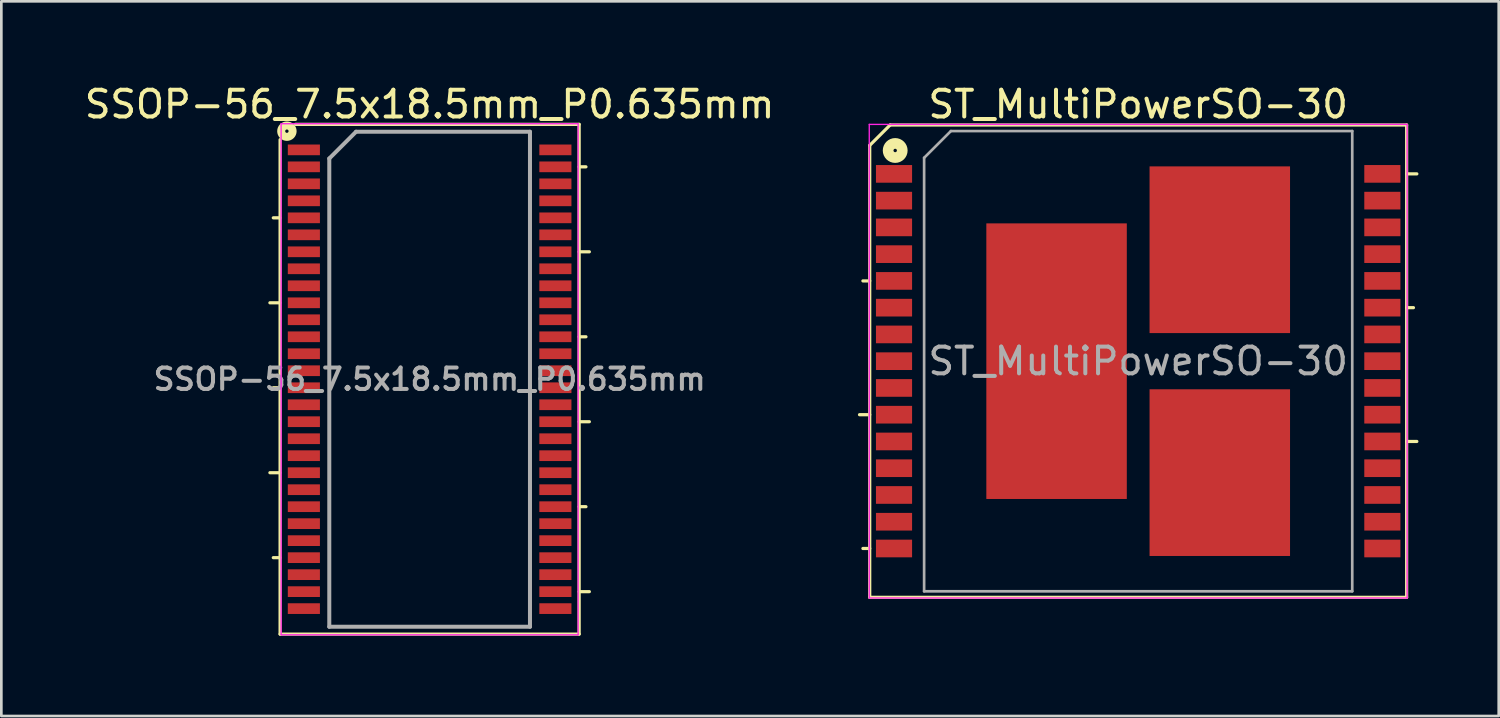
<source format=kicad_pcb>
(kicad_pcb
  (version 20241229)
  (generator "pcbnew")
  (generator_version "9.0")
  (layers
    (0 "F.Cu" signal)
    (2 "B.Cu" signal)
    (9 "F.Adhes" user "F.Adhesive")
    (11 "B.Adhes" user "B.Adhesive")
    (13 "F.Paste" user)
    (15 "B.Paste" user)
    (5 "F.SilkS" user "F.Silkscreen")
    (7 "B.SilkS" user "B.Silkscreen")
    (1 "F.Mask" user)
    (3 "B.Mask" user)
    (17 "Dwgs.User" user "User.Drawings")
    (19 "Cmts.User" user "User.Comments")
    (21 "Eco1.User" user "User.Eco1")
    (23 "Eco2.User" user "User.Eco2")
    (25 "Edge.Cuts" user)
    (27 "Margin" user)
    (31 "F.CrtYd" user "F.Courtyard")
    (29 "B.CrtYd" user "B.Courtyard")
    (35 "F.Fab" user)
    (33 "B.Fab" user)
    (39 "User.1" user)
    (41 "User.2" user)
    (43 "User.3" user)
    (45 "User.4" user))
  (footprint "SSOP-56_7.5x18.5mm_P0.635mm"
    (layer "F.Cu")
    (at 13.006 11.123)
    (property "Reference" "SSOP-56_7.5x18.5mm_P0.635mm" (at 0 -10.275 0) (layer "F.SilkS") (effects (font (size 1 1) (thickness 0.15))))
    (attr smd)
    (fp_line (start -5.588 -8.954) (end -5.588 9.525) (stroke (width 0.12) (type solid)) (layer "F.SilkS"))
    (fp_line (start -5.588 -6.032) (end -5.842 -6.032) (stroke (width 0.12) (type solid)) (layer "F.SilkS"))
    (fp_line (start -5.588 -2.857) (end -5.969 -2.857) (stroke (width 0.12) (type solid)) (layer "F.SilkS"))
    (fp_line (start -5.588 0.318) (end -5.842 0.318) (stroke (width 0.12) (type solid)) (layer "F.SilkS"))
    (fp_line (start -5.588 3.493) (end -5.969 3.493) (stroke (width 0.12) (type solid)) (layer "F.SilkS"))
    (fp_line (start -5.588 6.668) (end -5.842 6.668) (stroke (width 0.12) (type solid)) (layer "F.SilkS"))
    (fp_line (start -5.588 9.525) (end 5.588 9.525) (stroke (width 0.12) (type solid)) (layer "F.SilkS"))
    (fp_line (start 5.588 -9.525) (end -5.016 -9.525) (stroke (width 0.12) (type solid)) (layer "F.SilkS"))
    (fp_line (start 5.588 -7.938) (end 5.842 -7.938) (stroke (width 0.12) (type solid)) (layer "F.SilkS"))
    (fp_line (start 5.588 -4.763) (end 5.969 -4.763) (stroke (width 0.12) (type solid)) (layer "F.SilkS"))
    (fp_line (start 5.588 -1.587) (end 5.842 -1.587) (stroke (width 0.12) (type solid)) (layer "F.SilkS"))
    (fp_line (start 5.588 1.587) (end 5.969 1.587) (stroke (width 0.12) (type solid)) (layer "F.SilkS"))
    (fp_line (start 5.588 4.763) (end 5.842 4.763) (stroke (width 0.12) (type solid)) (layer "F.SilkS"))
    (fp_line (start 5.588 7.938) (end 5.969 7.938) (stroke (width 0.12) (type solid)) (layer "F.SilkS"))
    (fp_line (start 5.588 9.525) (end 5.588 -9.525) (stroke (width 0.12) (type solid)) (layer "F.SilkS"))
    (fp_circle (center -5.334 -9.271) (end -5.271 -9.271) (stroke (width 0.3) (type solid)) (fill no) (layer "F.SilkS"))
    (fp_line (start -5.55 -9.55) (end -5.55 9.55) (stroke (width 0.05) (type solid)) (layer "F.CrtYd"))
    (fp_line (start -5.55 -9.55) (end 5.55 -9.55) (stroke (width 0.05) (type solid)) (layer "F.CrtYd"))
    (fp_line (start -5.55 9.55) (end 5.55 9.55) (stroke (width 0.05) (type solid)) (layer "F.CrtYd"))
    (fp_line (start 5.55 -9.55) (end 5.55 9.55) (stroke (width 0.05) (type solid)) (layer "F.CrtYd"))
    (fp_line (start -3.75 -8.25) (end -2.75 -9.25) (stroke (width 0.15) (type solid)) (layer "F.Fab"))
    (fp_line (start -3.75 9.25) (end -3.75 -8.25) (stroke (width 0.15) (type solid)) (layer "F.Fab"))
    (fp_line (start -2.75 -9.25) (end 3.75 -9.25) (stroke (width 0.15) (type solid)) (layer "F.Fab"))
    (fp_line (start 3.75 -9.25) (end 3.75 9.25) (stroke (width 0.15) (type solid)) (layer "F.Fab"))
    (fp_line (start 3.75 9.25) (end -3.75 9.25) (stroke (width 0.15) (type solid)) (layer "F.Fab"))
    (fp_text user "${REFERENCE}" (at 0 0 0) (layer "F.Fab") (effects (font (size 0.8 0.8) (thickness 0.15))))
    (pad "1" smd rect (at -4.7 -8.572) (size 1.2 0.4) (layers "F.Cu" "F.Mask" "F.Paste"))
    (pad "2" smd rect (at -4.7 -7.938) (size 1.2 0.4) (layers "F.Cu" "F.Mask" "F.Paste"))
    (pad "3" smd rect (at -4.7 -7.303) (size 1.2 0.4) (layers "F.Cu" "F.Mask" "F.Paste"))
    (pad "4" smd rect (at -4.7 -6.668) (size 1.2 0.4) (layers "F.Cu" "F.Mask" "F.Paste"))
    (pad "5" smd rect (at -4.7 -6.032) (size 1.2 0.4) (layers "F.Cu" "F.Mask" "F.Paste"))
    (pad "6" smd rect (at -4.7 -5.397) (size 1.2 0.4) (layers "F.Cu" "F.Mask" "F.Paste"))
    (pad "7" smd rect (at -4.7 -4.763) (size 1.2 0.4) (layers "F.Cu" "F.Mask" "F.Paste"))
    (pad "8" smd rect (at -4.7 -4.128) (size 1.2 0.4) (layers "F.Cu" "F.Mask" "F.Paste"))
    (pad "9" smd rect (at -4.7 -3.493) (size 1.2 0.4) (layers "F.Cu" "F.Mask" "F.Paste"))
    (pad "10" smd rect (at -4.7 -2.857) (size 1.2 0.4) (layers "F.Cu" "F.Mask" "F.Paste"))
    (pad "11" smd rect (at -4.7 -2.223) (size 1.2 0.4) (layers "F.Cu" "F.Mask" "F.Paste"))
    (pad "12" smd rect (at -4.7 -1.587) (size 1.2 0.4) (layers "F.Cu" "F.Mask" "F.Paste"))
    (pad "13" smd rect (at -4.7 -0.953) (size 1.2 0.4) (layers "F.Cu" "F.Mask" "F.Paste"))
    (pad "14" smd rect (at -4.7 -0.318) (size 1.2 0.4) (layers "F.Cu" "F.Mask" "F.Paste"))
    (pad "15" smd rect (at -4.7 0.318) (size 1.2 0.4) (layers "F.Cu" "F.Mask" "F.Paste"))
    (pad "16" smd rect (at -4.7 0.953) (size 1.2 0.4) (layers "F.Cu" "F.Mask" "F.Paste"))
    (pad "17" smd rect (at -4.7 1.587) (size 1.2 0.4) (layers "F.Cu" "F.Mask" "F.Paste"))
    (pad "18" smd rect (at -4.7 2.223) (size 1.2 0.4) (layers "F.Cu" "F.Mask" "F.Paste"))
    (pad "19" smd rect (at -4.7 2.857) (size 1.2 0.4) (layers "F.Cu" "F.Mask" "F.Paste"))
    (pad "20" smd rect (at -4.7 3.493) (size 1.2 0.4) (layers "F.Cu" "F.Mask" "F.Paste"))
    (pad "21" smd rect (at -4.7 4.128) (size 1.2 0.4) (layers "F.Cu" "F.Mask" "F.Paste"))
    (pad "22" smd rect (at -4.7 4.763) (size 1.2 0.4) (layers "F.Cu" "F.Mask" "F.Paste"))
    (pad "23" smd rect (at -4.7 5.397) (size 1.2 0.4) (layers "F.Cu" "F.Mask" "F.Paste"))
    (pad "24" smd rect (at -4.7 6.032) (size 1.2 0.4) (layers "F.Cu" "F.Mask" "F.Paste"))
    (pad "25" smd rect (at -4.7 6.668) (size 1.2 0.4) (layers "F.Cu" "F.Mask" "F.Paste"))
    (pad "26" smd rect (at -4.7 7.303) (size 1.2 0.4) (layers "F.Cu" "F.Mask" "F.Paste"))
    (pad "27" smd rect (at -4.7 7.938) (size 1.2 0.4) (layers "F.Cu" "F.Mask" "F.Paste"))
    (pad "28" smd rect (at -4.7 8.572) (size 1.2 0.4) (layers "F.Cu" "F.Mask" "F.Paste"))
    (pad "29" smd rect (at 4.7 8.572) (size 1.2 0.4) (layers "F.Cu" "F.Mask" "F.Paste"))
    (pad "30" smd rect (at 4.7 7.938) (size 1.2 0.4) (layers "F.Cu" "F.Mask" "F.Paste"))
    (pad "31" smd rect (at 4.7 7.303) (size 1.2 0.4) (layers "F.Cu" "F.Mask" "F.Paste"))
    (pad "32" smd rect (at 4.7 6.668) (size 1.2 0.4) (layers "F.Cu" "F.Mask" "F.Paste"))
    (pad "33" smd rect (at 4.7 6.032) (size 1.2 0.4) (layers "F.Cu" "F.Mask" "F.Paste"))
    (pad "34" smd rect (at 4.7 5.397) (size 1.2 0.4) (layers "F.Cu" "F.Mask" "F.Paste"))
    (pad "35" smd rect (at 4.7 4.763) (size 1.2 0.4) (layers "F.Cu" "F.Mask" "F.Paste"))
    (pad "36" smd rect (at 4.7 4.128) (size 1.2 0.4) (layers "F.Cu" "F.Mask" "F.Paste"))
    (pad "37" smd rect (at 4.7 3.493) (size 1.2 0.4) (layers "F.Cu" "F.Mask" "F.Paste"))
    (pad "38" smd rect (at 4.7 2.857) (size 1.2 0.4) (layers "F.Cu" "F.Mask" "F.Paste"))
    (pad "39" smd rect (at 4.7 2.223) (size 1.2 0.4) (layers "F.Cu" "F.Mask" "F.Paste"))
    (pad "40" smd rect (at 4.7 1.587) (size 1.2 0.4) (layers "F.Cu" "F.Mask" "F.Paste"))
    (pad "41" smd rect (at 4.7 0.953) (size 1.2 0.4) (layers "F.Cu" "F.Mask" "F.Paste"))
    (pad "42" smd rect (at 4.7 0.318) (size 1.2 0.4) (layers "F.Cu" "F.Mask" "F.Paste"))
    (pad "43" smd rect (at 4.7 -0.318) (size 1.2 0.4) (layers "F.Cu" "F.Mask" "F.Paste"))
    (pad "44" smd rect (at 4.7 -0.953) (size 1.2 0.4) (layers "F.Cu" "F.Mask" "F.Paste"))
    (pad "45" smd rect (at 4.7 -1.587) (size 1.2 0.4) (layers "F.Cu" "F.Mask" "F.Paste"))
    (pad "46" smd rect (at 4.7 -2.223) (size 1.2 0.4) (layers "F.Cu" "F.Mask" "F.Paste"))
    (pad "47" smd rect (at 4.7 -2.857) (size 1.2 0.4) (layers "F.Cu" "F.Mask" "F.Paste"))
    (pad "48" smd rect (at 4.7 -3.493) (size 1.2 0.4) (layers "F.Cu" "F.Mask" "F.Paste"))
    (pad "49" smd rect (at 4.7 -4.128) (size 1.2 0.4) (layers "F.Cu" "F.Mask" "F.Paste"))
    (pad "50" smd rect (at 4.7 -4.763) (size 1.2 0.4) (layers "F.Cu" "F.Mask" "F.Paste"))
    (pad "51" smd rect (at 4.7 -5.397) (size 1.2 0.4) (layers "F.Cu" "F.Mask" "F.Paste"))
    (pad "52" smd rect (at 4.7 -6.032) (size 1.2 0.4) (layers "F.Cu" "F.Mask" "F.Paste"))
    (pad "53" smd rect (at 4.7 -6.668) (size 1.2 0.4) (layers "F.Cu" "F.Mask" "F.Paste"))
    (pad "54" smd rect (at 4.7 -7.303) (size 1.2 0.4) (layers "F.Cu" "F.Mask" "F.Paste"))
    (pad "55" smd rect (at 4.7 -7.938) (size 1.2 0.4) (layers "F.Cu" "F.Mask" "F.Paste"))
    (pad "56" smd rect (at 4.7 -8.572) (size 1.2 0.4) (layers "F.Cu" "F.Mask" "F.Paste")))
  (footprint "ST_MultiPowerSO-30"
    (layer "F.Cu")
    (at 39.486 10.448)
    (property "Reference" "ST_MultiPowerSO-30" (at 0 -9.6 0) (layer "F.SilkS") (effects (font (size 1 1) (thickness 0.15))))
    (attr smd)
    (fp_line (start -10.414 2) (end -10.033 2) (stroke (width 0.12) (type solid)) (layer "F.SilkS"))
    (fp_line (start -10.287 -3) (end -10.033 -3) (stroke (width 0.12) (type solid)) (layer "F.SilkS"))
    (fp_line (start -10.287 7) (end -10.033 7) (stroke (width 0.12) (type solid)) (layer "F.SilkS"))
    (fp_line (start -10.033 -8.065) (end -10.033 8.826) (stroke (width 0.12) (type solid)) (layer "F.SilkS"))
    (fp_line (start -10.033 -8.065) (end -9.271 -8.826) (stroke (width 0.12) (type solid)) (layer "F.SilkS"))
    (fp_line (start -10.033 8.826) (end 10.033 8.826) (stroke (width 0.12) (type solid)) (layer "F.SilkS"))
    (fp_line (start 10.033 -8.826) (end -9.271 -8.826) (stroke (width 0.12) (type solid)) (layer "F.SilkS"))
    (fp_line (start 10.033 -7) (end 10.414 -7) (stroke (width 0.12) (type solid)) (layer "F.SilkS"))
    (fp_line (start 10.033 -2) (end 10.287 -2) (stroke (width 0.12) (type solid)) (layer "F.SilkS"))
    (fp_line (start 10.033 3) (end 10.414 3) (stroke (width 0.12) (type solid)) (layer "F.SilkS"))
    (fp_line (start 10.033 8.826) (end 10.033 -8.826) (stroke (width 0.12) (type solid)) (layer "F.SilkS"))
    (fp_circle (center -9.081 -7.874) (end -9.017 -7.874) (stroke (width 0.4) (type solid)) (fill no) (layer "F.SilkS"))
    (fp_line (start -10.05 -8.85) (end -10.05 8.85) (stroke (width 0.05) (type solid)) (layer "F.CrtYd"))
    (fp_line (start -10.05 -8.85) (end 10.05 -8.85) (stroke (width 0.05) (type solid)) (layer "F.CrtYd"))
    (fp_line (start 10.05 8.85) (end -10.05 8.85) (stroke (width 0.05) (type solid)) (layer "F.CrtYd"))
    (fp_line (start 10.05 8.85) (end 10.05 -8.85) (stroke (width 0.05) (type solid)) (layer "F.CrtYd"))
    (fp_line (start -8 -7.6) (end -8 8.6) (stroke (width 0.1) (type solid)) (layer "F.Fab"))
    (fp_line (start -8 8.6) (end 8 8.6) (stroke (width 0.1) (type solid)) (layer "F.Fab"))
    (fp_line (start -7 -8.6) (end -8 -7.6) (stroke (width 0.1) (type solid)) (layer "F.Fab"))
    (fp_line (start 8 -8.6) (end -7 -8.6) (stroke (width 0.1) (type solid)) (layer "F.Fab"))
    (fp_line (start 8 8.6) (end 8 -8.6) (stroke (width 0.1) (type solid)) (layer "F.Fab"))
    (fp_text user "${REFERENCE}" (at 0 0 0) (layer "F.Fab") (effects (font (size 1 1) (thickness 0.15))))
    (pad "1" smd rect (at -9.125 -7 270) (size 0.66 1.35) (layers "F.Cu" "F.Mask" "F.Paste"))
    (pad "2" smd rect (at -9.125 -6 270) (size 0.66 1.35) (layers "F.Cu" "F.Mask" "F.Paste"))
    (pad "3" smd rect (at -9.125 -5 270) (size 0.66 1.35) (layers "F.Cu" "F.Mask" "F.Paste"))
    (pad "4" smd rect (at -9.125 -4 270) (size 0.66 1.35) (layers "F.Cu" "F.Mask" "F.Paste"))
    (pad "5" smd rect (at -9.125 -3 270) (size 0.66 1.35) (layers "F.Cu" "F.Mask" "F.Paste"))
    (pad "6" smd rect (at -9.125 -2 270) (size 0.66 1.35) (layers "F.Cu" "F.Mask" "F.Paste"))
    (pad "7" smd rect (at -9.125 -1 270) (size 0.66 1.35) (layers "F.Cu" "F.Mask" "F.Paste"))
    (pad "8" smd rect (at -9.125 0 270) (size 0.66 1.35) (layers "F.Cu" "F.Mask" "F.Paste"))
    (pad "9" smd rect (at -9.125 1 270) (size 0.66 1.35) (layers "F.Cu" "F.Mask" "F.Paste"))
    (pad "10" smd rect (at -9.125 2 270) (size 0.66 1.35) (layers "F.Cu" "F.Mask" "F.Paste"))
    (pad "11" smd rect (at -9.125 3 270) (size 0.66 1.35) (layers "F.Cu" "F.Mask" "F.Paste"))
    (pad "12" smd rect (at -9.125 4 270) (size 0.66 1.35) (layers "F.Cu" "F.Mask" "F.Paste"))
    (pad "13" smd rect (at -9.125 5 270) (size 0.66 1.35) (layers "F.Cu" "F.Mask" "F.Paste"))
    (pad "14" smd rect (at -9.125 6 270) (size 0.66 1.35) (layers "F.Cu" "F.Mask" "F.Paste"))
    (pad "15" smd rect (at -9.125 7 270) (size 0.66 1.35) (layers "F.Cu" "F.Mask" "F.Paste"))
    (pad "16" smd rect (at 9.125 7 270) (size 0.66 1.35) (layers "F.Cu" "F.Mask" "F.Paste"))
    (pad "17" smd rect (at 9.125 6 270) (size 0.66 1.35) (layers "F.Cu" "F.Mask" "F.Paste"))
    (pad "18" smd rect (at 9.125 5 270) (size 0.66 1.35) (layers "F.Cu" "F.Mask" "F.Paste"))
    (pad "19" smd rect (at 9.125 4 270) (size 0.66 1.35) (layers "F.Cu" "F.Mask" "F.Paste"))
    (pad "20" smd rect (at 9.125 3 270) (size 0.66 1.35) (layers "F.Cu" "F.Mask" "F.Paste"))
    (pad "21" smd rect (at 9.125 2 270) (size 0.66 1.35) (layers "F.Cu" "F.Mask" "F.Paste"))
    (pad "22" smd rect (at 9.125 1 270) (size 0.66 1.35) (layers "F.Cu" "F.Mask" "F.Paste"))
    (pad "23" smd rect (at 9.125 0 270) (size 0.66 1.35) (layers "F.Cu" "F.Mask" "F.Paste"))
    (pad "24" smd rect (at 9.125 -1 270) (size 0.66 1.35) (layers "F.Cu" "F.Mask" "F.Paste"))
    (pad "25" smd rect (at 9.125 -2 270) (size 0.66 1.35) (layers "F.Cu" "F.Mask" "F.Paste"))
    (pad "26" smd rect (at 9.125 -3 270) (size 0.66 1.35) (layers "F.Cu" "F.Mask" "F.Paste"))
    (pad "27" smd rect (at 9.125 -4 270) (size 0.66 1.35) (layers "F.Cu" "F.Mask" "F.Paste"))
    (pad "28" smd rect (at 9.125 -5 270) (size 0.66 1.35) (layers "F.Cu" "F.Mask" "F.Paste"))
    (pad "29" smd rect (at 9.125 -6 270) (size 0.66 1.35) (layers "F.Cu" "F.Mask" "F.Paste"))
    (pad "30" smd rect (at 9.125 -7 270) (size 0.66 1.35) (layers "F.Cu" "F.Mask" "F.Paste"))
    (pad "31" smd rect (at -3.05 0) (size 5.25 10.3) (layers "F.Cu" "F.Mask" "F.Paste"))
    (pad "32" smd rect (at 3.05 4.165) (size 5.25 6.23) (layers "F.Cu" "F.Mask" "F.Paste"))
    (pad "33" smd rect (at 3.05 -4.165) (size 5.25 6.23) (layers "F.Cu" "F.Mask" "F.Paste")))
  (gr_rect
    (start -3 -3)
    (end 52.96 23.708)
    (stroke (width 0.1) (type default))
    (fill no)
    (layer "Edge.Cuts")))
</source>
